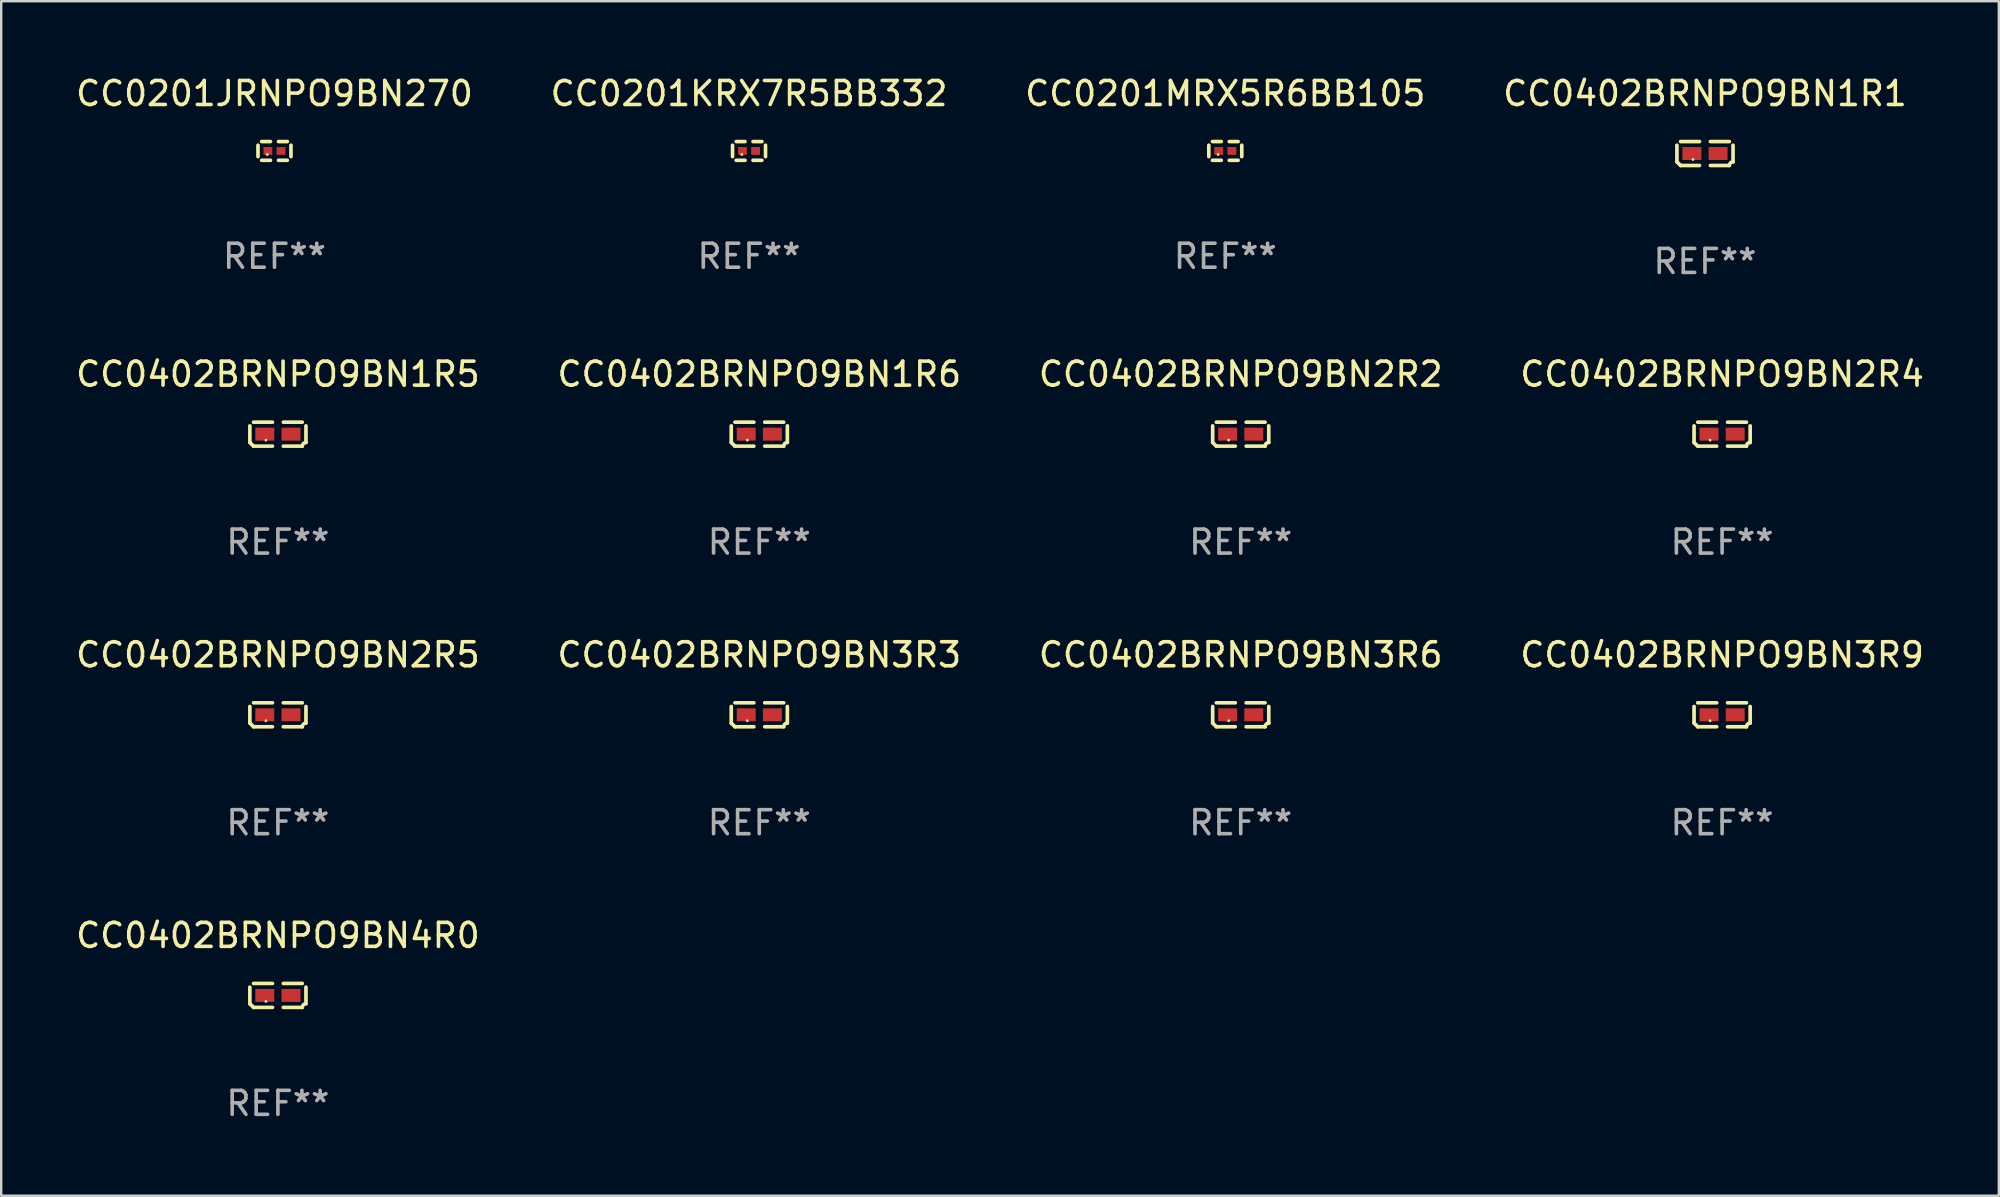
<source format=kicad_pcb>
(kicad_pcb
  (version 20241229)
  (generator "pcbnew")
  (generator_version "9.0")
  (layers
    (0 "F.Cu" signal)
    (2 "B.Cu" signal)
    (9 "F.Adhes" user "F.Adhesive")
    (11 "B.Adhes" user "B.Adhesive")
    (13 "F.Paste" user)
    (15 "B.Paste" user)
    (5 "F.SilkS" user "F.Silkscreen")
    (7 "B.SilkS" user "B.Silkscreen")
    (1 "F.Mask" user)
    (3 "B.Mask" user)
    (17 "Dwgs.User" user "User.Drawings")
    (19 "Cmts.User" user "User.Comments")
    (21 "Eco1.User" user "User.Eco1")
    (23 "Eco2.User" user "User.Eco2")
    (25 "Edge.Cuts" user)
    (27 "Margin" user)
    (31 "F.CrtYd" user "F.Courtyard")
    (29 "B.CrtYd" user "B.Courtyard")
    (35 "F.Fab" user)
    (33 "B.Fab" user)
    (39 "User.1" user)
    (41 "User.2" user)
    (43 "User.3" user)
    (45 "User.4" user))
  (footprint "CC0402BRNPO9BN1R6"
    (layer "F.Cu")
    (at 28.589 15.041)
    (property "Reference" "CC0402BRNPO9BN1R6" (at 0 -2.499 0) (layer "F.SilkS") (effects (font (size 1 1) (thickness 0.15))))
    (attr through_hole)
    (fp_line (start -1.169 0.346) (end -1.169 -0.346) (stroke (width 0.152) (type solid)) (layer "F.SilkS"))
    (fp_line (start -1.016 -0.499) (end -0.226 -0.499) (stroke (width 0.152) (type solid)) (layer "F.SilkS"))
    (fp_line (start -0.226 0.499) (end -1.016 0.499) (stroke (width 0.152) (type solid)) (layer "F.SilkS"))
    (fp_line (start 0.226 0.499) (end 1.016 0.499) (stroke (width 0.152) (type solid)) (layer "F.SilkS"))
    (fp_line (start 1.016 -0.499) (end 0.226 -0.499) (stroke (width 0.152) (type solid)) (layer "F.SilkS"))
    (fp_line (start 1.169 0.346) (end 1.169 -0.346) (stroke (width 0.152) (type solid)) (layer "F.SilkS"))
    (fp_arc (start -1.016307 0.498603) (mid -1.092512 0.422405) (end -1.16871 0.3462) (stroke (width 0.1524) (type solid)) (layer "F.SilkS"))
    (fp_arc (start 1.016307 0.498603) (mid 1.060899 0.390758) (end 1.168707 0.346076) (stroke (width 0.1524) (type solid)) (layer "F.SilkS"))
    (fp_circle (center -0.5 0.25) (end -0.47 0.25) (stroke (width 0.06) (type solid)) (fill no) (layer "F.SilkS"))
    (fp_text user "REF**" (at 0 4.499 0) (layer "F.Fab") (effects (font (size 1 1) (thickness 0.15))))
    (pad "1" smd rect (at -0.545 0) (size 0.79 0.54) (layers "F.Cu" "F.Mask" "F.Paste"))
    (pad "2" smd rect (at 0.545 0) (size 0.79 0.54) (layers "F.Cu" "F.Mask" "F.Paste")))
  (footprint "CC0402BRNPO9BN2R4"
    (layer "F.Cu")
    (at 68.708 15.041)
    (property "Reference" "CC0402BRNPO9BN2R4" (at 0 -2.499 0) (layer "F.SilkS") (effects (font (size 1 1) (thickness 0.15))))
    (attr through_hole)
    (fp_line (start -1.169 0.346) (end -1.169 -0.346) (stroke (width 0.152) (type solid)) (layer "F.SilkS"))
    (fp_line (start -1.016 -0.499) (end -0.226 -0.499) (stroke (width 0.152) (type solid)) (layer "F.SilkS"))
    (fp_line (start -0.226 0.499) (end -1.016 0.499) (stroke (width 0.152) (type solid)) (layer "F.SilkS"))
    (fp_line (start 0.226 0.499) (end 1.016 0.499) (stroke (width 0.152) (type solid)) (layer "F.SilkS"))
    (fp_line (start 1.016 -0.499) (end 0.226 -0.499) (stroke (width 0.152) (type solid)) (layer "F.SilkS"))
    (fp_line (start 1.169 0.346) (end 1.169 -0.346) (stroke (width 0.152) (type solid)) (layer "F.SilkS"))
    (fp_arc (start -1.016307 0.498603) (mid -1.092512 0.422405) (end -1.16871 0.3462) (stroke (width 0.1524) (type solid)) (layer "F.SilkS"))
    (fp_arc (start 1.016307 0.498603) (mid 1.060899 0.390758) (end 1.168707 0.346076) (stroke (width 0.1524) (type solid)) (layer "F.SilkS"))
    (fp_circle (center -0.5 0.25) (end -0.47 0.25) (stroke (width 0.06) (type solid)) (fill no) (layer "F.SilkS"))
    (fp_text user "REF**" (at 0 4.499 0) (layer "F.Fab") (effects (font (size 1 1) (thickness 0.15))))
    (pad "1" smd rect (at -0.545 0) (size 0.79 0.54) (layers "F.Cu" "F.Mask" "F.Paste"))
    (pad "2" smd rect (at 0.545 0) (size 0.79 0.54) (layers "F.Cu" "F.Mask" "F.Paste")))
  (footprint "CC0402BRNPO9BN3R9"
    (layer "F.Cu")
    (at 68.708 26.734)
    (property "Reference" "CC0402BRNPO9BN3R9" (at 0 -2.499 0) (layer "F.SilkS") (effects (font (size 1 1) (thickness 0.15))))
    (attr through_hole)
    (fp_line (start -1.169 0.346) (end -1.169 -0.346) (stroke (width 0.152) (type solid)) (layer "F.SilkS"))
    (fp_line (start -1.016 -0.499) (end -0.226 -0.499) (stroke (width 0.152) (type solid)) (layer "F.SilkS"))
    (fp_line (start -0.226 0.499) (end -1.016 0.499) (stroke (width 0.152) (type solid)) (layer "F.SilkS"))
    (fp_line (start 0.226 0.499) (end 1.016 0.499) (stroke (width 0.152) (type solid)) (layer "F.SilkS"))
    (fp_line (start 1.016 -0.499) (end 0.226 -0.499) (stroke (width 0.152) (type solid)) (layer "F.SilkS"))
    (fp_line (start 1.169 0.346) (end 1.169 -0.346) (stroke (width 0.152) (type solid)) (layer "F.SilkS"))
    (fp_arc (start -1.016307 0.498603) (mid -1.092512 0.422405) (end -1.16871 0.3462) (stroke (width 0.1524) (type solid)) (layer "F.SilkS"))
    (fp_arc (start 1.016307 0.498603) (mid 1.060899 0.390758) (end 1.168707 0.346076) (stroke (width 0.1524) (type solid)) (layer "F.SilkS"))
    (fp_circle (center -0.5 0.25) (end -0.47 0.25) (stroke (width 0.06) (type solid)) (fill no) (layer "F.SilkS"))
    (fp_text user "REF**" (at 0 4.499 0) (layer "F.Fab") (effects (font (size 1 1) (thickness 0.15))))
    (pad "1" smd rect (at -0.545 0) (size 0.79 0.54) (layers "F.Cu" "F.Mask" "F.Paste"))
    (pad "2" smd rect (at 0.545 0) (size 0.79 0.54) (layers "F.Cu" "F.Mask" "F.Paste")))
  (footprint "CC0201MRX5R6BB105"
    (layer "F.Cu")
    (at 48.006 3.239)
    (property "Reference" "CC0201MRX5R6BB105" (at 0 -2.391 0) (layer "F.SilkS") (effects (font (size 1 1) (thickness 0.15))))
    (attr through_hole)
    (fp_line (start -0.687 0.238) (end -0.687 -0.238) (stroke (width 0.152) (type solid)) (layer "F.SilkS"))
    (fp_line (start -0.535 -0.391) (end -0.166 -0.391) (stroke (width 0.152) (type solid)) (layer "F.SilkS"))
    (fp_line (start -0.166 0.391) (end -0.535 0.391) (stroke (width 0.152) (type solid)) (layer "F.SilkS"))
    (fp_line (start 0.166 0.391) (end 0.535 0.391) (stroke (width 0.152) (type solid)) (layer "F.SilkS"))
    (fp_line (start 0.535 -0.391) (end 0.166 -0.391) (stroke (width 0.152) (type solid)) (layer "F.SilkS"))
    (fp_line (start 0.687 0.238) (end 0.687 -0.238) (stroke (width 0.152) (type solid)) (layer "F.SilkS"))
    (fp_circle (center -0.3 0.15) (end -0.27 0.15) (stroke (width 0.06) (type solid)) (fill no) (layer "F.SilkS"))
    (fp_text user "REF**" (at 0 4.391 0) (layer "F.Fab") (effects (font (size 1 1) (thickness 0.15))))
    (pad "1" smd rect (at -0.274 0) (size 0.368 0.324) (layers "F.Cu" "F.Mask" "F.Paste"))
    (pad "2" smd rect (at 0.274 0) (size 0.368 0.324) (layers "F.Cu" "F.Mask" "F.Paste")))
  (footprint "CC0402BRNPO9BN1R5"
    (layer "F.Cu")
    (at 8.53 15.041)
    (property "Reference" "CC0402BRNPO9BN1R5" (at 0 -2.499 0) (layer "F.SilkS") (effects (font (size 1 1) (thickness 0.15))))
    (attr through_hole)
    (fp_line (start -1.169 0.346) (end -1.169 -0.346) (stroke (width 0.152) (type solid)) (layer "F.SilkS"))
    (fp_line (start -1.016 -0.499) (end -0.226 -0.499) (stroke (width 0.152) (type solid)) (layer "F.SilkS"))
    (fp_line (start -0.226 0.499) (end -1.016 0.499) (stroke (width 0.152) (type solid)) (layer "F.SilkS"))
    (fp_line (start 0.226 0.499) (end 1.016 0.499) (stroke (width 0.152) (type solid)) (layer "F.SilkS"))
    (fp_line (start 1.016 -0.499) (end 0.226 -0.499) (stroke (width 0.152) (type solid)) (layer "F.SilkS"))
    (fp_line (start 1.169 0.346) (end 1.169 -0.346) (stroke (width 0.152) (type solid)) (layer "F.SilkS"))
    (fp_arc (start -1.016307 0.498603) (mid -1.092512 0.422405) (end -1.16871 0.3462) (stroke (width 0.1524) (type solid)) (layer "F.SilkS"))
    (fp_arc (start 1.016307 0.498603) (mid 1.060899 0.390758) (end 1.168707 0.346076) (stroke (width 0.1524) (type solid)) (layer "F.SilkS"))
    (fp_circle (center -0.5 0.25) (end -0.47 0.25) (stroke (width 0.06) (type solid)) (fill no) (layer "F.SilkS"))
    (fp_text user "REF**" (at 0 4.499 0) (layer "F.Fab") (effects (font (size 1 1) (thickness 0.15))))
    (pad "1" smd rect (at -0.545 0) (size 0.79 0.54) (layers "F.Cu" "F.Mask" "F.Paste"))
    (pad "2" smd rect (at 0.545 0) (size 0.79 0.54) (layers "F.Cu" "F.Mask" "F.Paste")))
  (footprint "CC0201JRNPO9BN270"
    (layer "F.Cu")
    (at 8.387 3.239)
    (property "Reference" "CC0201JRNPO9BN270" (at 0 -2.391 0) (layer "F.SilkS") (effects (font (size 1 1) (thickness 0.15))))
    (attr through_hole)
    (fp_line (start -0.687 0.238) (end -0.687 -0.238) (stroke (width 0.152) (type solid)) (layer "F.SilkS"))
    (fp_line (start -0.535 -0.391) (end -0.166 -0.391) (stroke (width 0.152) (type solid)) (layer "F.SilkS"))
    (fp_line (start -0.166 0.391) (end -0.535 0.391) (stroke (width 0.152) (type solid)) (layer "F.SilkS"))
    (fp_line (start 0.166 0.391) (end 0.535 0.391) (stroke (width 0.152) (type solid)) (layer "F.SilkS"))
    (fp_line (start 0.535 -0.391) (end 0.166 -0.391) (stroke (width 0.152) (type solid)) (layer "F.SilkS"))
    (fp_line (start 0.687 0.238) (end 0.687 -0.238) (stroke (width 0.152) (type solid)) (layer "F.SilkS"))
    (fp_circle (center -0.3 0.15) (end -0.27 0.15) (stroke (width 0.06) (type solid)) (fill no) (layer "F.SilkS"))
    (fp_text user "REF**" (at 0 4.391 0) (layer "F.Fab") (effects (font (size 1 1) (thickness 0.15))))
    (pad "1" smd rect (at -0.274 0) (size 0.368 0.324) (layers "F.Cu" "F.Mask" "F.Paste"))
    (pad "2" smd rect (at 0.274 0) (size 0.368 0.324) (layers "F.Cu" "F.Mask" "F.Paste")))
  (footprint "CC0402BRNPO9BN4R0"
    (layer "F.Cu")
    (at 8.53 38.428)
    (property "Reference" "CC0402BRNPO9BN4R0" (at 0 -2.499 0) (layer "F.SilkS") (effects (font (size 1 1) (thickness 0.15))))
    (attr through_hole)
    (fp_line (start -1.169 0.346) (end -1.169 -0.346) (stroke (width 0.152) (type solid)) (layer "F.SilkS"))
    (fp_line (start -1.016 -0.499) (end -0.226 -0.499) (stroke (width 0.152) (type solid)) (layer "F.SilkS"))
    (fp_line (start -0.226 0.499) (end -1.016 0.499) (stroke (width 0.152) (type solid)) (layer "F.SilkS"))
    (fp_line (start 0.226 0.499) (end 1.016 0.499) (stroke (width 0.152) (type solid)) (layer "F.SilkS"))
    (fp_line (start 1.016 -0.499) (end 0.226 -0.499) (stroke (width 0.152) (type solid)) (layer "F.SilkS"))
    (fp_line (start 1.169 0.346) (end 1.169 -0.346) (stroke (width 0.152) (type solid)) (layer "F.SilkS"))
    (fp_arc (start -1.016307 0.498603) (mid -1.092512 0.422405) (end -1.16871 0.3462) (stroke (width 0.1524) (type solid)) (layer "F.SilkS"))
    (fp_arc (start 1.016307 0.498603) (mid 1.060899 0.390758) (end 1.168707 0.346076) (stroke (width 0.1524) (type solid)) (layer "F.SilkS"))
    (fp_circle (center -0.5 0.25) (end -0.47 0.25) (stroke (width 0.06) (type solid)) (fill no) (layer "F.SilkS"))
    (fp_text user "REF**" (at 0 4.499 0) (layer "F.Fab") (effects (font (size 1 1) (thickness 0.15))))
    (pad "1" smd rect (at -0.545 0) (size 0.79 0.54) (layers "F.Cu" "F.Mask" "F.Paste"))
    (pad "2" smd rect (at 0.545 0) (size 0.79 0.54) (layers "F.Cu" "F.Mask" "F.Paste")))
  (footprint "CC0402BRNPO9BN3R3"
    (layer "F.Cu")
    (at 28.589 26.734)
    (property "Reference" "CC0402BRNPO9BN3R3" (at 0 -2.499 0) (layer "F.SilkS") (effects (font (size 1 1) (thickness 0.15))))
    (attr through_hole)
    (fp_line (start -1.169 0.346) (end -1.169 -0.346) (stroke (width 0.152) (type solid)) (layer "F.SilkS"))
    (fp_line (start -1.016 -0.499) (end -0.226 -0.499) (stroke (width 0.152) (type solid)) (layer "F.SilkS"))
    (fp_line (start -0.226 0.499) (end -1.016 0.499) (stroke (width 0.152) (type solid)) (layer "F.SilkS"))
    (fp_line (start 0.226 0.499) (end 1.016 0.499) (stroke (width 0.152) (type solid)) (layer "F.SilkS"))
    (fp_line (start 1.016 -0.499) (end 0.226 -0.499) (stroke (width 0.152) (type solid)) (layer "F.SilkS"))
    (fp_line (start 1.169 0.346) (end 1.169 -0.346) (stroke (width 0.152) (type solid)) (layer "F.SilkS"))
    (fp_arc (start -1.016307 0.498603) (mid -1.092512 0.422405) (end -1.16871 0.3462) (stroke (width 0.1524) (type solid)) (layer "F.SilkS"))
    (fp_arc (start 1.016307 0.498603) (mid 1.060899 0.390758) (end 1.168707 0.346076) (stroke (width 0.1524) (type solid)) (layer "F.SilkS"))
    (fp_circle (center -0.5 0.25) (end -0.47 0.25) (stroke (width 0.06) (type solid)) (fill no) (layer "F.SilkS"))
    (fp_text user "REF**" (at 0 4.499 0) (layer "F.Fab") (effects (font (size 1 1) (thickness 0.15))))
    (pad "1" smd rect (at -0.545 0) (size 0.79 0.54) (layers "F.Cu" "F.Mask" "F.Paste"))
    (pad "2" smd rect (at 0.545 0) (size 0.79 0.54) (layers "F.Cu" "F.Mask" "F.Paste")))
  (footprint "CC0201KRX7R5BB332"
    (layer "F.Cu")
    (at 28.161 3.239)
    (property "Reference" "CC0201KRX7R5BB332" (at 0 -2.391 0) (layer "F.SilkS") (effects (font (size 1 1) (thickness 0.15))))
    (attr through_hole)
    (fp_line (start -0.687 0.238) (end -0.687 -0.238) (stroke (width 0.152) (type solid)) (layer "F.SilkS"))
    (fp_line (start -0.535 -0.391) (end -0.166 -0.391) (stroke (width 0.152) (type solid)) (layer "F.SilkS"))
    (fp_line (start -0.166 0.391) (end -0.535 0.391) (stroke (width 0.152) (type solid)) (layer "F.SilkS"))
    (fp_line (start 0.166 0.391) (end 0.535 0.391) (stroke (width 0.152) (type solid)) (layer "F.SilkS"))
    (fp_line (start 0.535 -0.391) (end 0.166 -0.391) (stroke (width 0.152) (type solid)) (layer "F.SilkS"))
    (fp_line (start 0.687 0.238) (end 0.687 -0.238) (stroke (width 0.152) (type solid)) (layer "F.SilkS"))
    (fp_circle (center -0.3 0.15) (end -0.27 0.15) (stroke (width 0.06) (type solid)) (fill no) (layer "F.SilkS"))
    (fp_text user "REF**" (at 0 4.391 0) (layer "F.Fab") (effects (font (size 1 1) (thickness 0.15))))
    (pad "1" smd rect (at -0.274 0) (size 0.368 0.324) (layers "F.Cu" "F.Mask" "F.Paste"))
    (pad "2" smd rect (at 0.274 0) (size 0.368 0.324) (layers "F.Cu" "F.Mask" "F.Paste")))
  (footprint "CC0402BRNPO9BN1R1"
    (layer "F.Cu")
    (at 67.994 3.347)
    (property "Reference" "CC0402BRNPO9BN1R1" (at 0 -2.499 0) (layer "F.SilkS") (effects (font (size 1 1) (thickness 0.15))))
    (attr through_hole)
    (fp_line (start -1.169 0.346) (end -1.169 -0.346) (stroke (width 0.152) (type solid)) (layer "F.SilkS"))
    (fp_line (start -1.016 -0.499) (end -0.226 -0.499) (stroke (width 0.152) (type solid)) (layer "F.SilkS"))
    (fp_line (start -0.226 0.499) (end -1.016 0.499) (stroke (width 0.152) (type solid)) (layer "F.SilkS"))
    (fp_line (start 0.226 0.499) (end 1.016 0.499) (stroke (width 0.152) (type solid)) (layer "F.SilkS"))
    (fp_line (start 1.016 -0.499) (end 0.226 -0.499) (stroke (width 0.152) (type solid)) (layer "F.SilkS"))
    (fp_line (start 1.169 0.346) (end 1.169 -0.346) (stroke (width 0.152) (type solid)) (layer "F.SilkS"))
    (fp_arc (start -1.016307 0.498603) (mid -1.092512 0.422405) (end -1.16871 0.3462) (stroke (width 0.1524) (type solid)) (layer "F.SilkS"))
    (fp_arc (start 1.016307 0.498603) (mid 1.060899 0.390758) (end 1.168707 0.346076) (stroke (width 0.1524) (type solid)) (layer "F.SilkS"))
    (fp_circle (center -0.5 0.25) (end -0.47 0.25) (stroke (width 0.06) (type solid)) (fill no) (layer "F.SilkS"))
    (fp_text user "REF**" (at 0 4.499 0) (layer "F.Fab") (effects (font (size 1 1) (thickness 0.15))))
    (pad "1" smd rect (at -0.545 0) (size 0.79 0.54) (layers "F.Cu" "F.Mask" "F.Paste"))
    (pad "2" smd rect (at 0.545 0) (size 0.79 0.54) (layers "F.Cu" "F.Mask" "F.Paste")))
  (footprint "CC0402BRNPO9BN3R6"
    (layer "F.Cu")
    (at 48.649 26.734)
    (property "Reference" "CC0402BRNPO9BN3R6" (at 0 -2.499 0) (layer "F.SilkS") (effects (font (size 1 1) (thickness 0.15))))
    (attr through_hole)
    (fp_line (start -1.169 0.346) (end -1.169 -0.346) (stroke (width 0.152) (type solid)) (layer "F.SilkS"))
    (fp_line (start -1.016 -0.499) (end -0.226 -0.499) (stroke (width 0.152) (type solid)) (layer "F.SilkS"))
    (fp_line (start -0.226 0.499) (end -1.016 0.499) (stroke (width 0.152) (type solid)) (layer "F.SilkS"))
    (fp_line (start 0.226 0.499) (end 1.016 0.499) (stroke (width 0.152) (type solid)) (layer "F.SilkS"))
    (fp_line (start 1.016 -0.499) (end 0.226 -0.499) (stroke (width 0.152) (type solid)) (layer "F.SilkS"))
    (fp_line (start 1.169 0.346) (end 1.169 -0.346) (stroke (width 0.152) (type solid)) (layer "F.SilkS"))
    (fp_arc (start -1.016307 0.498603) (mid -1.092512 0.422405) (end -1.16871 0.3462) (stroke (width 0.1524) (type solid)) (layer "F.SilkS"))
    (fp_arc (start 1.016307 0.498603) (mid 1.060899 0.390758) (end 1.168707 0.346076) (stroke (width 0.1524) (type solid)) (layer "F.SilkS"))
    (fp_circle (center -0.5 0.25) (end -0.47 0.25) (stroke (width 0.06) (type solid)) (fill no) (layer "F.SilkS"))
    (fp_text user "REF**" (at 0 4.499 0) (layer "F.Fab") (effects (font (size 1 1) (thickness 0.15))))
    (pad "1" smd rect (at -0.545 0) (size 0.79 0.54) (layers "F.Cu" "F.Mask" "F.Paste"))
    (pad "2" smd rect (at 0.545 0) (size 0.79 0.54) (layers "F.Cu" "F.Mask" "F.Paste")))
  (footprint "CC0402BRNPO9BN2R5"
    (layer "F.Cu")
    (at 8.53 26.734)
    (property "Reference" "CC0402BRNPO9BN2R5" (at 0 -2.499 0) (layer "F.SilkS") (effects (font (size 1 1) (thickness 0.15))))
    (attr through_hole)
    (fp_line (start -1.169 0.346) (end -1.169 -0.346) (stroke (width 0.152) (type solid)) (layer "F.SilkS"))
    (fp_line (start -1.016 -0.499) (end -0.226 -0.499) (stroke (width 0.152) (type solid)) (layer "F.SilkS"))
    (fp_line (start -0.226 0.499) (end -1.016 0.499) (stroke (width 0.152) (type solid)) (layer "F.SilkS"))
    (fp_line (start 0.226 0.499) (end 1.016 0.499) (stroke (width 0.152) (type solid)) (layer "F.SilkS"))
    (fp_line (start 1.016 -0.499) (end 0.226 -0.499) (stroke (width 0.152) (type solid)) (layer "F.SilkS"))
    (fp_line (start 1.169 0.346) (end 1.169 -0.346) (stroke (width 0.152) (type solid)) (layer "F.SilkS"))
    (fp_arc (start -1.016307 0.498603) (mid -1.092512 0.422405) (end -1.16871 0.3462) (stroke (width 0.1524) (type solid)) (layer "F.SilkS"))
    (fp_arc (start 1.016307 0.498603) (mid 1.060899 0.390758) (end 1.168707 0.346076) (stroke (width 0.1524) (type solid)) (layer "F.SilkS"))
    (fp_circle (center -0.5 0.25) (end -0.47 0.25) (stroke (width 0.06) (type solid)) (fill no) (layer "F.SilkS"))
    (fp_text user "REF**" (at 0 4.499 0) (layer "F.Fab") (effects (font (size 1 1) (thickness 0.15))))
    (pad "1" smd rect (at -0.545 0) (size 0.79 0.54) (layers "F.Cu" "F.Mask" "F.Paste"))
    (pad "2" smd rect (at 0.545 0) (size 0.79 0.54) (layers "F.Cu" "F.Mask" "F.Paste")))
  (footprint "CC0402BRNPO9BN2R2"
    (layer "F.Cu")
    (at 48.649 15.041)
    (property "Reference" "CC0402BRNPO9BN2R2" (at 0 -2.499 0) (layer "F.SilkS") (effects (font (size 1 1) (thickness 0.15))))
    (attr through_hole)
    (fp_line (start -1.169 0.346) (end -1.169 -0.346) (stroke (width 0.152) (type solid)) (layer "F.SilkS"))
    (fp_line (start -1.016 -0.499) (end -0.226 -0.499) (stroke (width 0.152) (type solid)) (layer "F.SilkS"))
    (fp_line (start -0.226 0.499) (end -1.016 0.499) (stroke (width 0.152) (type solid)) (layer "F.SilkS"))
    (fp_line (start 0.226 0.499) (end 1.016 0.499) (stroke (width 0.152) (type solid)) (layer "F.SilkS"))
    (fp_line (start 1.016 -0.499) (end 0.226 -0.499) (stroke (width 0.152) (type solid)) (layer "F.SilkS"))
    (fp_line (start 1.169 0.346) (end 1.169 -0.346) (stroke (width 0.152) (type solid)) (layer "F.SilkS"))
    (fp_arc (start -1.016307 0.498603) (mid -1.092512 0.422405) (end -1.16871 0.3462) (stroke (width 0.1524) (type solid)) (layer "F.SilkS"))
    (fp_arc (start 1.016307 0.498603) (mid 1.060899 0.390758) (end 1.168707 0.346076) (stroke (width 0.1524) (type solid)) (layer "F.SilkS"))
    (fp_circle (center -0.5 0.25) (end -0.47 0.25) (stroke (width 0.06) (type solid)) (fill no) (layer "F.SilkS"))
    (fp_text user "REF**" (at 0 4.499 0) (layer "F.Fab") (effects (font (size 1 1) (thickness 0.15))))
    (pad "1" smd rect (at -0.545 0) (size 0.79 0.54) (layers "F.Cu" "F.Mask" "F.Paste"))
    (pad "2" smd rect (at 0.545 0) (size 0.79 0.54) (layers "F.Cu" "F.Mask" "F.Paste")))
  (gr_rect
    (start -3 -3)
    (end 80.238 46.775)
    (stroke (width 0.1) (type default))
    (fill no)
    (layer "Edge.Cuts")))
</source>
